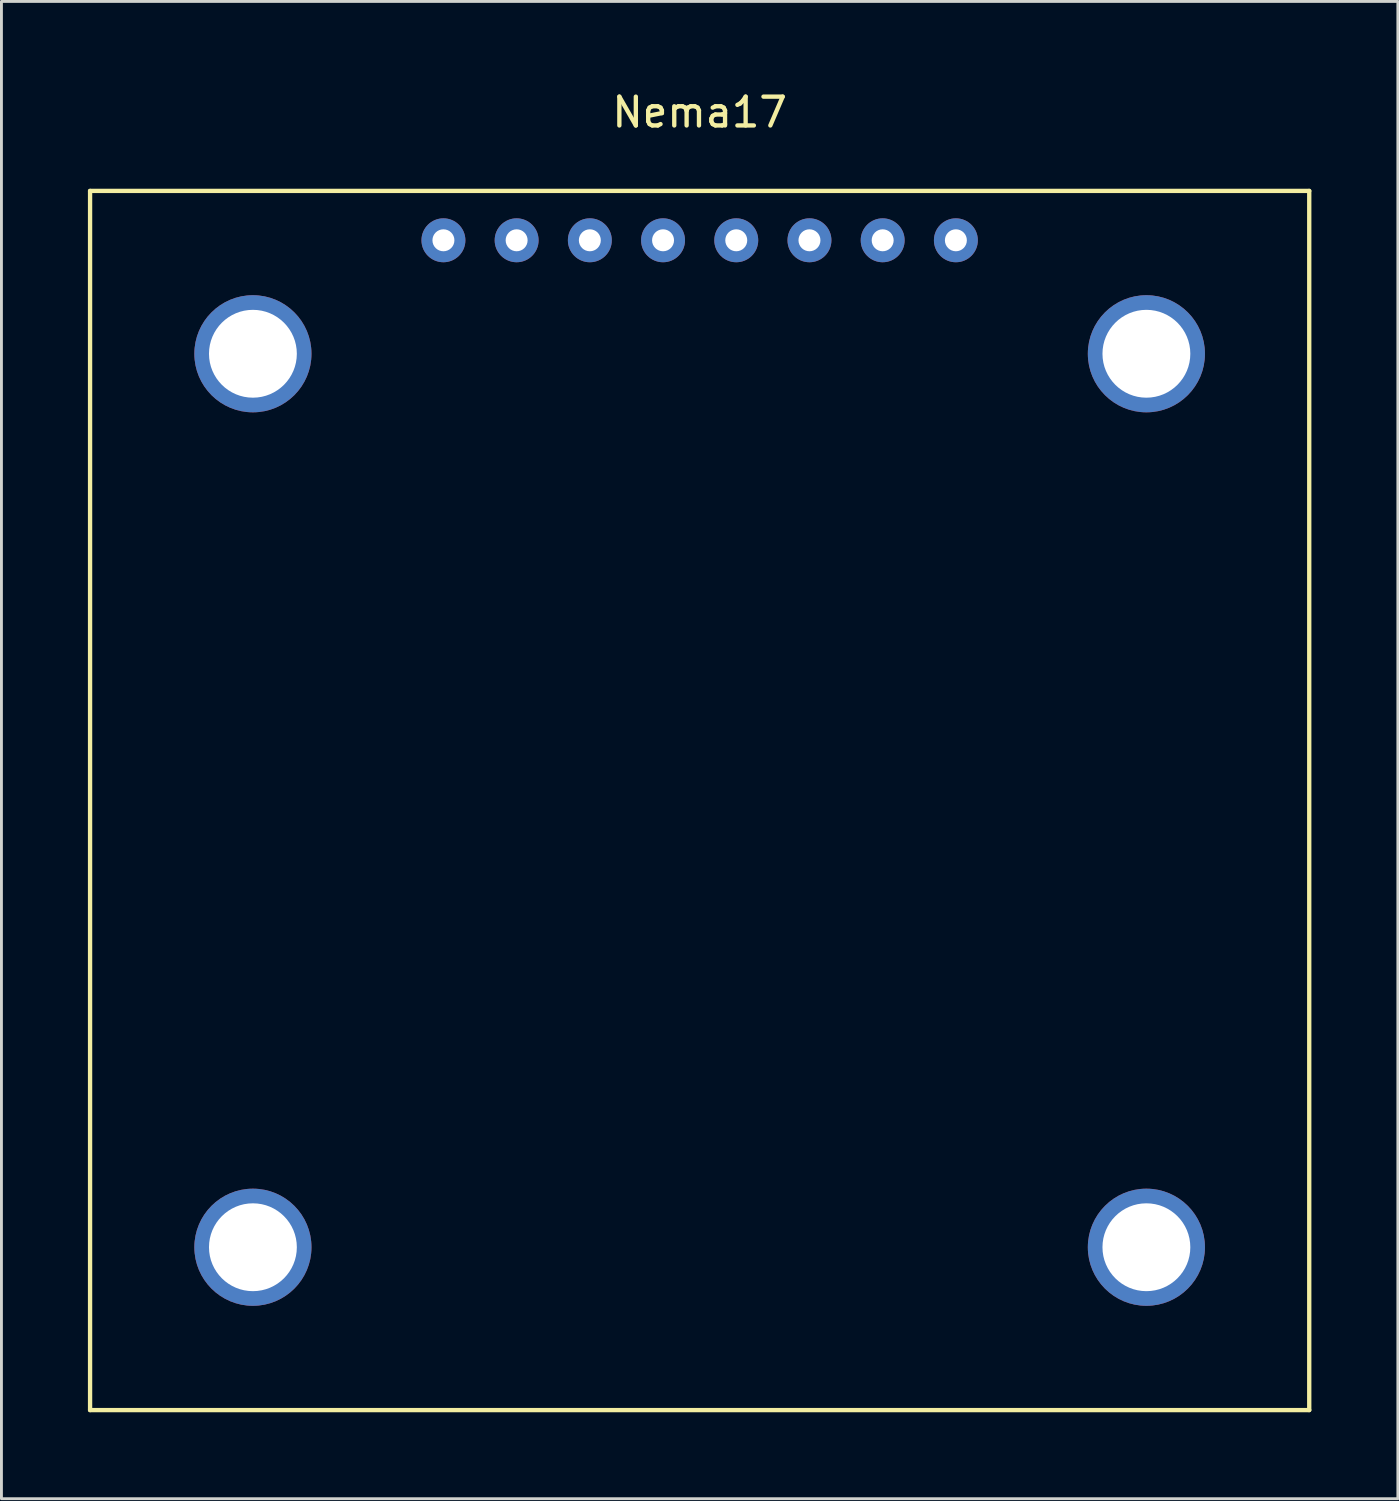
<source format=kicad_pcb>
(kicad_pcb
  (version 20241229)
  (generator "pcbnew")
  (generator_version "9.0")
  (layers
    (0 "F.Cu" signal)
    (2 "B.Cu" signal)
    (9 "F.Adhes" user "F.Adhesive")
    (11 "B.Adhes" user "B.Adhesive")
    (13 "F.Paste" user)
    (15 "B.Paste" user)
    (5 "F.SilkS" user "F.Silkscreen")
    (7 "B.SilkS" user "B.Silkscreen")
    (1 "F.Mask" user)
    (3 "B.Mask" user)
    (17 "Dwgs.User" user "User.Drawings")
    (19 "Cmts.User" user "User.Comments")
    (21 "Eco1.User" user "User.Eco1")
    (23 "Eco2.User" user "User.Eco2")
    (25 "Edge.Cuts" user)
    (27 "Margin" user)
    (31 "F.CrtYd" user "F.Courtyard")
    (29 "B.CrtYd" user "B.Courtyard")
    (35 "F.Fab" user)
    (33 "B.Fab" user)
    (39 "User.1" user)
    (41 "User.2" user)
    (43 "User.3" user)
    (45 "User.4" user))
  (footprint "Nema17"
    (layer "F.Cu")
    (at 21.225 24.724)
    (property "Reference" "Nema17" (at 0 -23.876 0) (layer "F.SilkS") (effects (font (size 1 1) (thickness 0.15))))
    (attr through_hole)
    (fp_line (start -21.15 -21.15) (end -21.15 21.15) (stroke (width 0.15) (type solid)) (layer "F.SilkS"))
    (fp_line (start -21.15 21.15) (end 21.15 21.15) (stroke (width 0.15) (type solid)) (layer "F.SilkS"))
    (fp_line (start 21.15 -21.15) (end -21.15 -21.15) (stroke (width 0.15) (type solid)) (layer "F.SilkS"))
    (fp_line (start 21.15 21.15) (end 21.15 -21.15) (stroke (width 0.15) (type solid)) (layer "F.SilkS"))
    (pad "0" thru_hole circle (at -15.5 -15.5) (size 4.064 4.064) (drill 3.048) (layers "*.Cu" "*.Mask"))
    (pad "0" thru_hole circle (at -15.5 15.5) (size 4.064 4.064) (drill 3.048) (layers "*.Cu" "*.Mask"))
    (pad "0" thru_hole circle (at 15.5 -15.5) (size 4.064 4.064) (drill 3.048) (layers "*.Cu" "*.Mask"))
    (pad "0" thru_hole circle (at 15.5 15.5) (size 4.064 4.064) (drill 3.048) (layers "*.Cu" "*.Mask"))
    (pad "1" thru_hole circle (at -8.89 -19.437) (size 1.524 1.524) (drill 0.762) (layers "*.Cu" "*.Mask"))
    (pad "2" thru_hole circle (at -6.35 -19.437) (size 1.524 1.524) (drill 0.762) (layers "*.Cu" "*.Mask"))
    (pad "3" thru_hole circle (at -3.81 -19.437) (size 1.524 1.524) (drill 0.762) (layers "*.Cu" "*.Mask"))
    (pad "4" thru_hole circle (at -1.27 -19.437) (size 1.524 1.524) (drill 0.762) (layers "*.Cu" "*.Mask"))
    (pad "5" thru_hole circle (at 1.27 -19.437) (size 1.524 1.524) (drill 0.762) (layers "*.Cu" "*.Mask"))
    (pad "6" thru_hole circle (at 3.81 -19.437) (size 1.524 1.524) (drill 0.762) (layers "*.Cu" "*.Mask"))
    (pad "7" thru_hole circle (at 6.35 -19.437) (size 1.524 1.524) (drill 0.762) (layers "*.Cu" "*.Mask"))
    (pad "8" thru_hole circle (at 8.89 -19.437) (size 1.524 1.524) (drill 0.762) (layers "*.Cu" "*.Mask")))
  (gr_rect
    (start -3 -3)
    (end 45.45 48.949)
    (stroke (width 0.1) (type default))
    (fill no)
    (layer "Edge.Cuts")))
</source>
